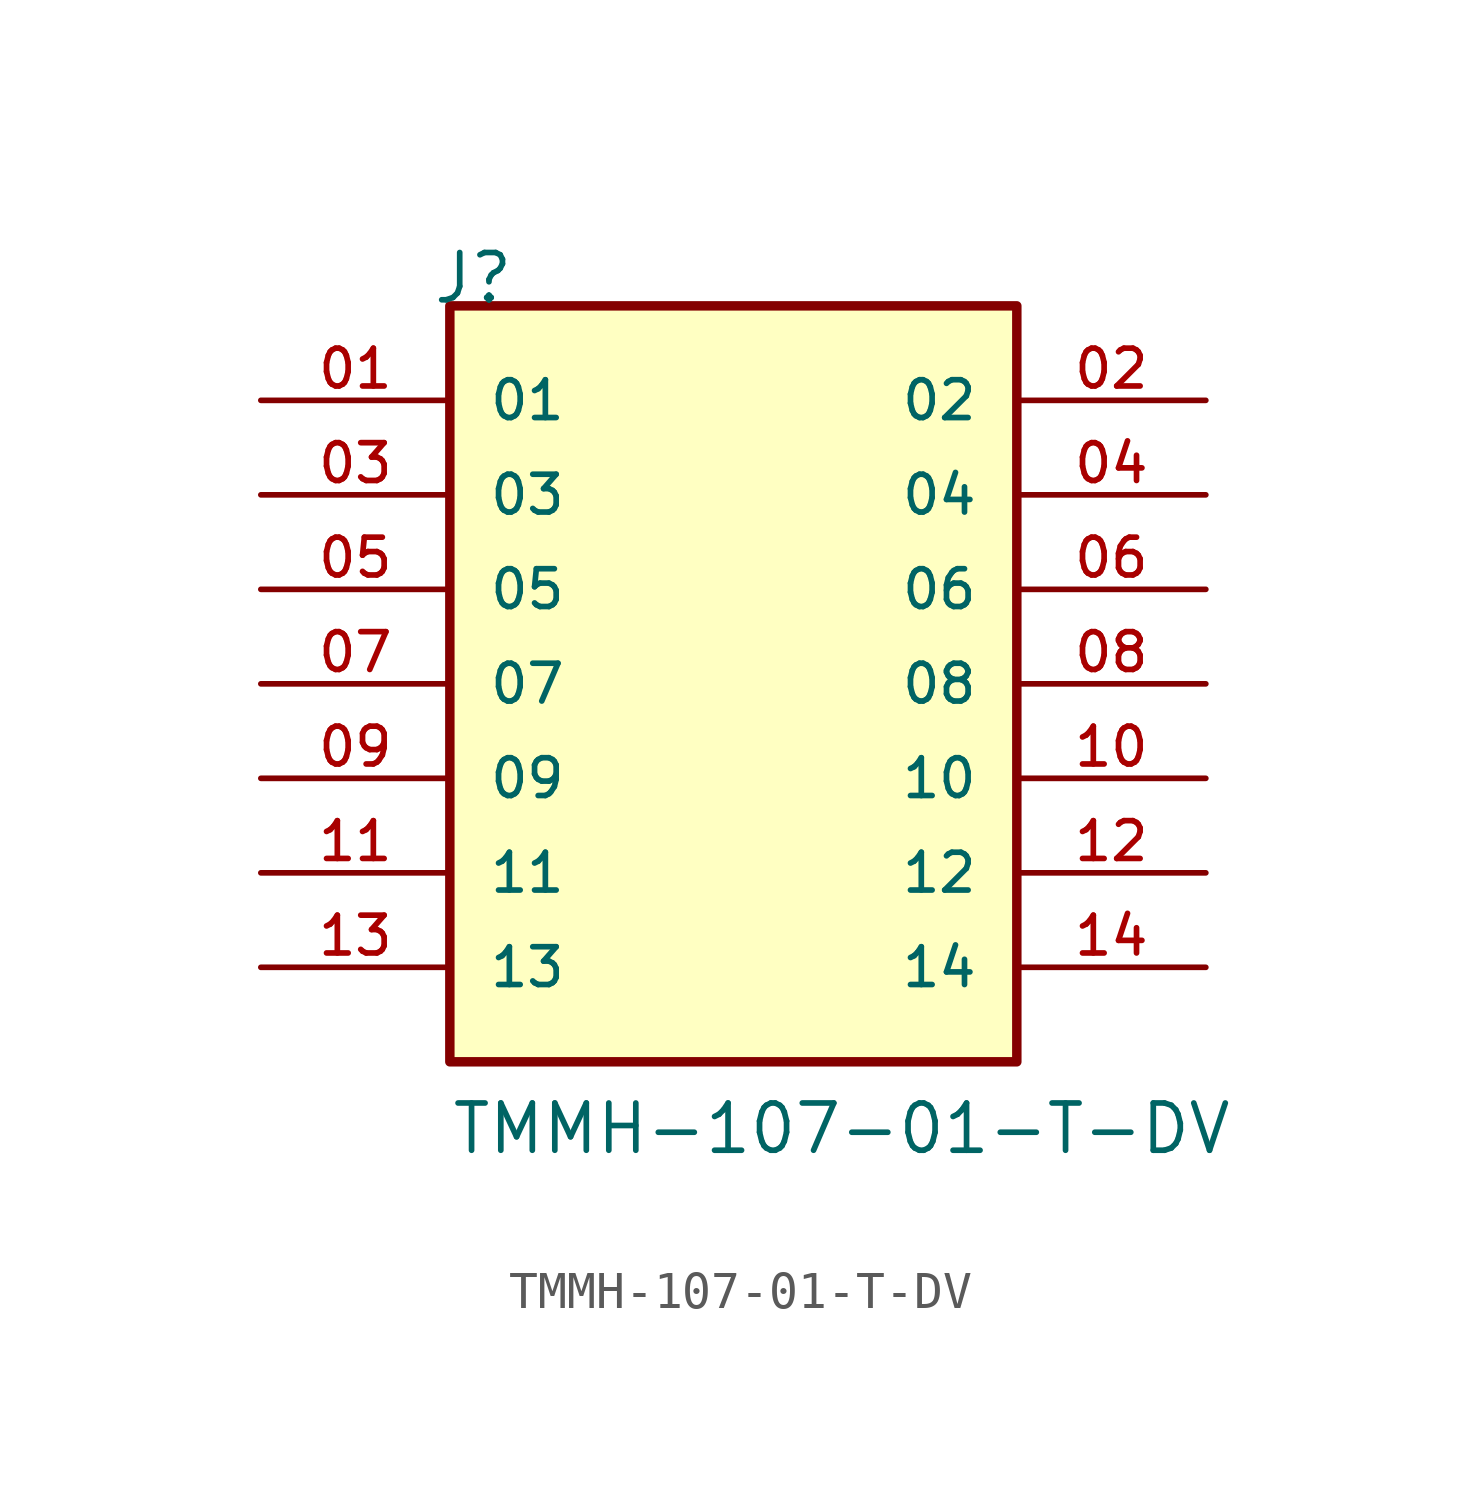
<source format=kicad_sym>
(kicad_symbol_lib
  (version 20211014)
  (generator kicad_symbol_editor)
  (symbol "TMMH-107-01-T-DV"
    (pin_names
      (offset 1.016))
    (property "Reference" "J"
      (at -8.12 10.16 0)
      (effects (font (size 1.27 1.27)) (justify bottom left)))
    (property "Value" "TMMH-107-01-T-DV"
      (at -7.62 -12.7 0)
      (effects (font (size 1.27 1.27)) (justify bottom left)))
    (symbol "TMMH-107-01-T-DV_0_0"
      (rectangle (start -7.62 -10.16) (end 7.62 10.16) (stroke (width 0.254)) (fill (type background)))
      (pin passive line (at -12.7 7.62 0) (length 5.08) (name "01" (effects (font (size 1.016 1.016)))) (number "01" (effects (font (size 1.016 1.016)))))
      (pin passive line (at 12.7 7.62 180.0) (length 5.08) (name "02" (effects (font (size 1.016 1.016)))) (number "02" (effects (font (size 1.016 1.016)))))
      (pin passive line (at -12.7 5.08 0) (length 5.08) (name "03" (effects (font (size 1.016 1.016)))) (number "03" (effects (font (size 1.016 1.016)))))
      (pin passive line (at 12.7 5.08 180.0) (length 5.08) (name "04" (effects (font (size 1.016 1.016)))) (number "04" (effects (font (size 1.016 1.016)))))
      (pin passive line (at -12.7 2.54 0) (length 5.08) (name "05" (effects (font (size 1.016 1.016)))) (number "05" (effects (font (size 1.016 1.016)))))
      (pin passive line (at 12.7 2.54 180.0) (length 5.08) (name "06" (effects (font (size 1.016 1.016)))) (number "06" (effects (font (size 1.016 1.016)))))
      (pin passive line (at -12.7 0.0 0) (length 5.08) (name "07" (effects (font (size 1.016 1.016)))) (number "07" (effects (font (size 1.016 1.016)))))
      (pin passive line (at 12.7 0.0 180.0) (length 5.08) (name "08" (effects (font (size 1.016 1.016)))) (number "08" (effects (font (size 1.016 1.016)))))
      (pin passive line (at -12.7 -2.54 0) (length 5.08) (name "09" (effects (font (size 1.016 1.016)))) (number "09" (effects (font (size 1.016 1.016)))))
      (pin passive line (at 12.7 -2.54 180.0) (length 5.08) (name "10" (effects (font (size 1.016 1.016)))) (number "10" (effects (font (size 1.016 1.016)))))
      (pin passive line (at -12.7 -5.08 0) (length 5.08) (name "11" (effects (font (size 1.016 1.016)))) (number "11" (effects (font (size 1.016 1.016)))))
      (pin passive line (at 12.7 -5.08 180.0) (length 5.08) (name "12" (effects (font (size 1.016 1.016)))) (number "12" (effects (font (size 1.016 1.016)))))
      (pin passive line (at -12.7 -7.62 0) (length 5.08) (name "13" (effects (font (size 1.016 1.016)))) (number "13" (effects (font (size 1.016 1.016)))))
      (pin passive line (at 12.7 -7.62 180.0) (length 5.08) (name "14" (effects (font (size 1.016 1.016)))) (number "14" (effects (font (size 1.016 1.016))))))))
</source>
